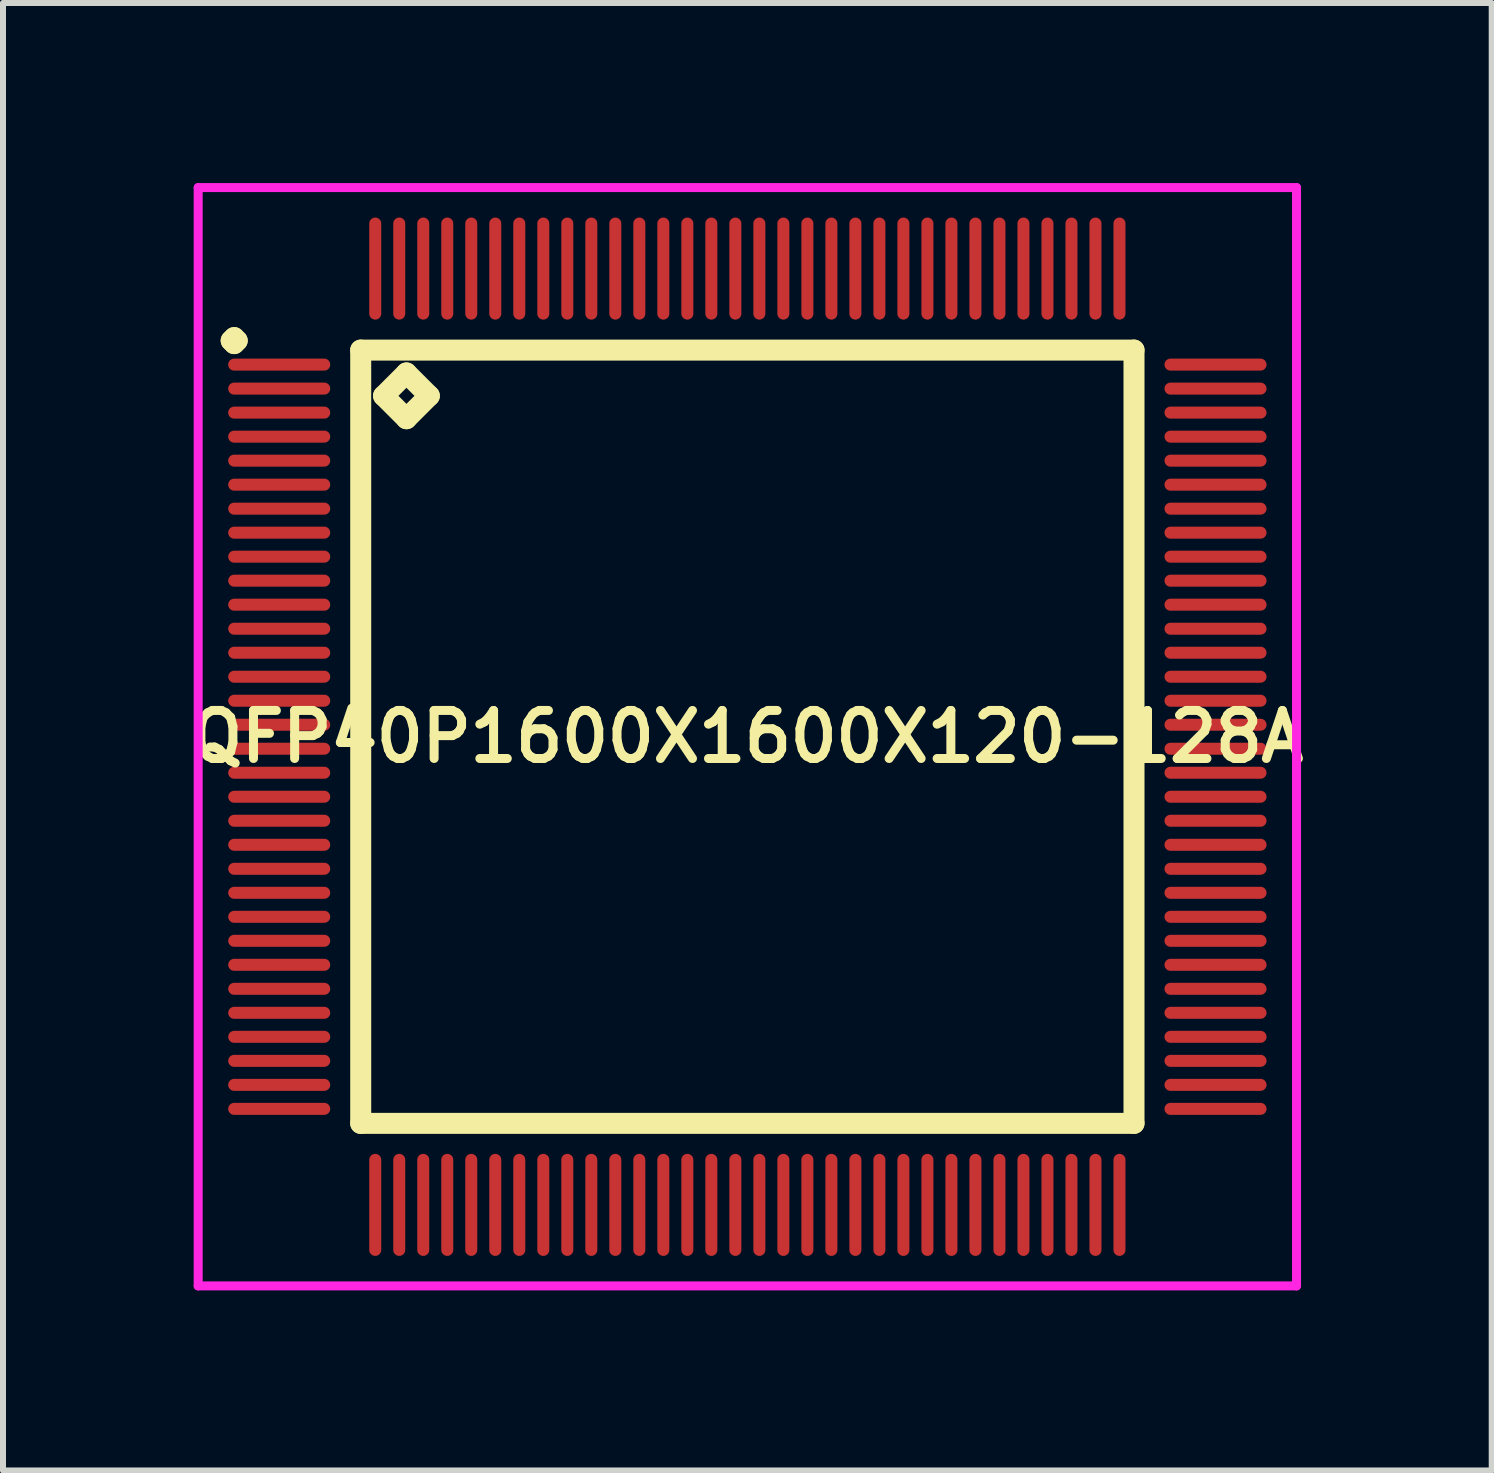
<source format=kicad_pcb>
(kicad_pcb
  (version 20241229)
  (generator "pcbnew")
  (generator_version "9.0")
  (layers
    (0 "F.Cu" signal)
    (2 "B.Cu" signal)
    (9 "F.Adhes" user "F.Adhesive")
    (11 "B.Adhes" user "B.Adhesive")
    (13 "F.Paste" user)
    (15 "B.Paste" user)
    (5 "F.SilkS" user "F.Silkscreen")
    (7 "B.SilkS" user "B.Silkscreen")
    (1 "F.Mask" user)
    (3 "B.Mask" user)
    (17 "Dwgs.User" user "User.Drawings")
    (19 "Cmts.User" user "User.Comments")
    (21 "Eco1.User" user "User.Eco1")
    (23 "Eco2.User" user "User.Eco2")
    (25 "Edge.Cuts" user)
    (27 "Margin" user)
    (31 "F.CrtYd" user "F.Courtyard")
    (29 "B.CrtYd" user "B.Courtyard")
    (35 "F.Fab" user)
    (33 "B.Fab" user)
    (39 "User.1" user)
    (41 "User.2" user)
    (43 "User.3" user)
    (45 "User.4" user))
  (footprint "QFP40P1600X1600X120-128A"
    (layer "F.Cu")
    (at 9.402 9.225)
    (property "Reference" "QFP40P1600X1600X120-128A" (at 0 0 0) (layer "F.SilkS") (effects (font (size 0.8 0.8) (thickness 0.15))))
    (attr smd)
    (fp_line (start -8.6 -6.6) (end -8.55 -6.65) (stroke (width 0.35) (type solid)) (layer "F.SilkS"))
    (fp_line (start -8.55 -6.65) (end -8.5 -6.6) (stroke (width 0.35) (type solid)) (layer "F.SilkS"))
    (fp_line (start -8.55 -6.55) (end -8.6 -6.6) (stroke (width 0.35) (type solid)) (layer "F.SilkS"))
    (fp_line (start -8.5 -6.6) (end -8.55 -6.55) (stroke (width 0.35) (type solid)) (layer "F.SilkS"))
    (fp_line (start -6.442 -6.442) (end -6.442 6.442) (stroke (width 0.35) (type solid)) (layer "F.SilkS"))
    (fp_line (start -6.442 6.442) (end 6.442 6.442) (stroke (width 0.35) (type solid)) (layer "F.SilkS"))
    (fp_line (start -6.061 -5.68) (end -5.68 -6.061) (stroke (width 0.35) (type solid)) (layer "F.SilkS"))
    (fp_line (start -5.68 -6.061) (end -5.299 -5.68) (stroke (width 0.35) (type solid)) (layer "F.SilkS"))
    (fp_line (start -5.68 -5.299) (end -6.061 -5.68) (stroke (width 0.35) (type solid)) (layer "F.SilkS"))
    (fp_line (start -5.299 -5.68) (end -5.68 -5.299) (stroke (width 0.35) (type solid)) (layer "F.SilkS"))
    (fp_line (start 6.442 -6.442) (end -6.442 -6.442) (stroke (width 0.35) (type solid)) (layer "F.SilkS"))
    (fp_line (start 6.442 6.442) (end 6.442 -6.442) (stroke (width 0.35) (type solid)) (layer "F.SilkS"))
    (fp_line (start -9.15 -9.15) (end 9.15 -9.15) (stroke (width 0.15) (type solid)) (layer "F.CrtYd"))
    (fp_line (start -9.15 9.15) (end -9.15 -9.15) (stroke (width 0.15) (type solid)) (layer "F.CrtYd"))
    (fp_line (start 9.15 -9.15) (end 9.15 9.15) (stroke (width 0.15) (type solid)) (layer "F.CrtYd"))
    (fp_line (start 9.15 9.15) (end -9.15 9.15) (stroke (width 0.15) (type solid)) (layer "F.CrtYd"))
    (pad "1" smd oval (at -7.8 -6.2) (size 1.7 0.2) (layers "F.Cu" "F.Mask" "F.Paste"))
    (pad "2" smd oval (at -7.8 -5.8) (size 1.7 0.2) (layers "F.Cu" "F.Mask" "F.Paste"))
    (pad "3" smd oval (at -7.8 -5.4) (size 1.7 0.2) (layers "F.Cu" "F.Mask" "F.Paste"))
    (pad "4" smd oval (at -7.8 -5) (size 1.7 0.2) (layers "F.Cu" "F.Mask" "F.Paste"))
    (pad "5" smd oval (at -7.8 -4.6) (size 1.7 0.2) (layers "F.Cu" "F.Mask" "F.Paste"))
    (pad "6" smd oval (at -7.8 -4.2) (size 1.7 0.2) (layers "F.Cu" "F.Mask" "F.Paste"))
    (pad "7" smd oval (at -7.8 -3.8) (size 1.7 0.2) (layers "F.Cu" "F.Mask" "F.Paste"))
    (pad "8" smd oval (at -7.8 -3.4) (size 1.7 0.2) (layers "F.Cu" "F.Mask" "F.Paste"))
    (pad "9" smd oval (at -7.8 -3) (size 1.7 0.2) (layers "F.Cu" "F.Mask" "F.Paste"))
    (pad "10" smd oval (at -7.8 -2.6) (size 1.7 0.2) (layers "F.Cu" "F.Mask" "F.Paste"))
    (pad "11" smd oval (at -7.8 -2.2) (size 1.7 0.2) (layers "F.Cu" "F.Mask" "F.Paste"))
    (pad "12" smd oval (at -7.8 -1.8) (size 1.7 0.2) (layers "F.Cu" "F.Mask" "F.Paste"))
    (pad "13" smd oval (at -7.8 -1.4) (size 1.7 0.2) (layers "F.Cu" "F.Mask" "F.Paste"))
    (pad "14" smd oval (at -7.8 -1) (size 1.7 0.2) (layers "F.Cu" "F.Mask" "F.Paste"))
    (pad "15" smd oval (at -7.8 -0.6) (size 1.7 0.2) (layers "F.Cu" "F.Mask" "F.Paste"))
    (pad "16" smd oval (at -7.8 -0.2) (size 1.7 0.2) (layers "F.Cu" "F.Mask" "F.Paste"))
    (pad "17" smd oval (at -7.8 0.2) (size 1.7 0.2) (layers "F.Cu" "F.Mask" "F.Paste"))
    (pad "18" smd oval (at -7.8 0.6) (size 1.7 0.2) (layers "F.Cu" "F.Mask" "F.Paste"))
    (pad "19" smd oval (at -7.8 1) (size 1.7 0.2) (layers "F.Cu" "F.Mask" "F.Paste"))
    (pad "20" smd oval (at -7.8 1.4) (size 1.7 0.2) (layers "F.Cu" "F.Mask" "F.Paste"))
    (pad "21" smd oval (at -7.8 1.8) (size 1.7 0.2) (layers "F.Cu" "F.Mask" "F.Paste"))
    (pad "22" smd oval (at -7.8 2.2) (size 1.7 0.2) (layers "F.Cu" "F.Mask" "F.Paste"))
    (pad "23" smd oval (at -7.8 2.6) (size 1.7 0.2) (layers "F.Cu" "F.Mask" "F.Paste"))
    (pad "24" smd oval (at -7.8 3) (size 1.7 0.2) (layers "F.Cu" "F.Mask" "F.Paste"))
    (pad "25" smd oval (at -7.8 3.4) (size 1.7 0.2) (layers "F.Cu" "F.Mask" "F.Paste"))
    (pad "26" smd oval (at -7.8 3.8) (size 1.7 0.2) (layers "F.Cu" "F.Mask" "F.Paste"))
    (pad "27" smd oval (at -7.8 4.2) (size 1.7 0.2) (layers "F.Cu" "F.Mask" "F.Paste"))
    (pad "28" smd oval (at -7.8 4.6) (size 1.7 0.2) (layers "F.Cu" "F.Mask" "F.Paste"))
    (pad "29" smd oval (at -7.8 5) (size 1.7 0.2) (layers "F.Cu" "F.Mask" "F.Paste"))
    (pad "30" smd oval (at -7.8 5.4) (size 1.7 0.2) (layers "F.Cu" "F.Mask" "F.Paste"))
    (pad "31" smd oval (at -7.8 5.8) (size 1.7 0.2) (layers "F.Cu" "F.Mask" "F.Paste"))
    (pad "32" smd oval (at -7.8 6.2) (size 1.7 0.2) (layers "F.Cu" "F.Mask" "F.Paste"))
    (pad "33" smd oval (at -6.2 7.8) (size 0.2 1.7) (layers "F.Cu" "F.Mask" "F.Paste"))
    (pad "34" smd oval (at -5.8 7.8) (size 0.2 1.7) (layers "F.Cu" "F.Mask" "F.Paste"))
    (pad "35" smd oval (at -5.4 7.8) (size 0.2 1.7) (layers "F.Cu" "F.Mask" "F.Paste"))
    (pad "36" smd oval (at -5 7.8) (size 0.2 1.7) (layers "F.Cu" "F.Mask" "F.Paste"))
    (pad "37" smd oval (at -4.6 7.8) (size 0.2 1.7) (layers "F.Cu" "F.Mask" "F.Paste"))
    (pad "38" smd oval (at -4.2 7.8) (size 0.2 1.7) (layers "F.Cu" "F.Mask" "F.Paste"))
    (pad "39" smd oval (at -3.8 7.8) (size 0.2 1.7) (layers "F.Cu" "F.Mask" "F.Paste"))
    (pad "40" smd oval (at -3.4 7.8) (size 0.2 1.7) (layers "F.Cu" "F.Mask" "F.Paste"))
    (pad "41" smd oval (at -3 7.8) (size 0.2 1.7) (layers "F.Cu" "F.Mask" "F.Paste"))
    (pad "42" smd oval (at -2.6 7.8) (size 0.2 1.7) (layers "F.Cu" "F.Mask" "F.Paste"))
    (pad "43" smd oval (at -2.2 7.8) (size 0.2 1.7) (layers "F.Cu" "F.Mask" "F.Paste"))
    (pad "44" smd oval (at -1.8 7.8) (size 0.2 1.7) (layers "F.Cu" "F.Mask" "F.Paste"))
    (pad "45" smd oval (at -1.4 7.8) (size 0.2 1.7) (layers "F.Cu" "F.Mask" "F.Paste"))
    (pad "46" smd oval (at -1 7.8) (size 0.2 1.7) (layers "F.Cu" "F.Mask" "F.Paste"))
    (pad "47" smd oval (at -0.6 7.8) (size 0.2 1.7) (layers "F.Cu" "F.Mask" "F.Paste"))
    (pad "48" smd oval (at -0.2 7.8) (size 0.2 1.7) (layers "F.Cu" "F.Mask" "F.Paste"))
    (pad "49" smd oval (at 0.2 7.8) (size 0.2 1.7) (layers "F.Cu" "F.Mask" "F.Paste"))
    (pad "50" smd oval (at 0.6 7.8) (size 0.2 1.7) (layers "F.Cu" "F.Mask" "F.Paste"))
    (pad "51" smd oval (at 1 7.8) (size 0.2 1.7) (layers "F.Cu" "F.Mask" "F.Paste"))
    (pad "52" smd oval (at 1.4 7.8) (size 0.2 1.7) (layers "F.Cu" "F.Mask" "F.Paste"))
    (pad "53" smd oval (at 1.8 7.8) (size 0.2 1.7) (layers "F.Cu" "F.Mask" "F.Paste"))
    (pad "54" smd oval (at 2.2 7.8) (size 0.2 1.7) (layers "F.Cu" "F.Mask" "F.Paste"))
    (pad "55" smd oval (at 2.6 7.8) (size 0.2 1.7) (layers "F.Cu" "F.Mask" "F.Paste"))
    (pad "56" smd oval (at 3 7.8) (size 0.2 1.7) (layers "F.Cu" "F.Mask" "F.Paste"))
    (pad "57" smd oval (at 3.4 7.8) (size 0.2 1.7) (layers "F.Cu" "F.Mask" "F.Paste"))
    (pad "58" smd oval (at 3.8 7.8) (size 0.2 1.7) (layers "F.Cu" "F.Mask" "F.Paste"))
    (pad "59" smd oval (at 4.2 7.8) (size 0.2 1.7) (layers "F.Cu" "F.Mask" "F.Paste"))
    (pad "60" smd oval (at 4.6 7.8) (size 0.2 1.7) (layers "F.Cu" "F.Mask" "F.Paste"))
    (pad "61" smd oval (at 5 7.8) (size 0.2 1.7) (layers "F.Cu" "F.Mask" "F.Paste"))
    (pad "62" smd oval (at 5.4 7.8) (size 0.2 1.7) (layers "F.Cu" "F.Mask" "F.Paste"))
    (pad "63" smd oval (at 5.8 7.8) (size 0.2 1.7) (layers "F.Cu" "F.Mask" "F.Paste"))
    (pad "64" smd oval (at 6.2 7.8) (size 0.2 1.7) (layers "F.Cu" "F.Mask" "F.Paste"))
    (pad "65" smd oval (at 7.8 6.2) (size 1.7 0.2) (layers "F.Cu" "F.Mask" "F.Paste"))
    (pad "66" smd oval (at 7.8 5.8) (size 1.7 0.2) (layers "F.Cu" "F.Mask" "F.Paste"))
    (pad "67" smd oval (at 7.8 5.4) (size 1.7 0.2) (layers "F.Cu" "F.Mask" "F.Paste"))
    (pad "68" smd oval (at 7.8 5) (size 1.7 0.2) (layers "F.Cu" "F.Mask" "F.Paste"))
    (pad "69" smd oval (at 7.8 4.6) (size 1.7 0.2) (layers "F.Cu" "F.Mask" "F.Paste"))
    (pad "70" smd oval (at 7.8 4.2) (size 1.7 0.2) (layers "F.Cu" "F.Mask" "F.Paste"))
    (pad "71" smd oval (at 7.8 3.8) (size 1.7 0.2) (layers "F.Cu" "F.Mask" "F.Paste"))
    (pad "72" smd oval (at 7.8 3.4) (size 1.7 0.2) (layers "F.Cu" "F.Mask" "F.Paste"))
    (pad "73" smd oval (at 7.8 3) (size 1.7 0.2) (layers "F.Cu" "F.Mask" "F.Paste"))
    (pad "74" smd oval (at 7.8 2.6) (size 1.7 0.2) (layers "F.Cu" "F.Mask" "F.Paste"))
    (pad "75" smd oval (at 7.8 2.2) (size 1.7 0.2) (layers "F.Cu" "F.Mask" "F.Paste"))
    (pad "76" smd oval (at 7.8 1.8) (size 1.7 0.2) (layers "F.Cu" "F.Mask" "F.Paste"))
    (pad "77" smd oval (at 7.8 1.4) (size 1.7 0.2) (layers "F.Cu" "F.Mask" "F.Paste"))
    (pad "78" smd oval (at 7.8 1) (size 1.7 0.2) (layers "F.Cu" "F.Mask" "F.Paste"))
    (pad "79" smd oval (at 7.8 0.6) (size 1.7 0.2) (layers "F.Cu" "F.Mask" "F.Paste"))
    (pad "80" smd oval (at 7.8 0.2) (size 1.7 0.2) (layers "F.Cu" "F.Mask" "F.Paste"))
    (pad "81" smd oval (at 7.8 -0.2) (size 1.7 0.2) (layers "F.Cu" "F.Mask" "F.Paste"))
    (pad "82" smd oval (at 7.8 -0.6) (size 1.7 0.2) (layers "F.Cu" "F.Mask" "F.Paste"))
    (pad "83" smd oval (at 7.8 -1) (size 1.7 0.2) (layers "F.Cu" "F.Mask" "F.Paste"))
    (pad "84" smd oval (at 7.8 -1.4) (size 1.7 0.2) (layers "F.Cu" "F.Mask" "F.Paste"))
    (pad "85" smd oval (at 7.8 -1.8) (size 1.7 0.2) (layers "F.Cu" "F.Mask" "F.Paste"))
    (pad "86" smd oval (at 7.8 -2.2) (size 1.7 0.2) (layers "F.Cu" "F.Mask" "F.Paste"))
    (pad "87" smd oval (at 7.8 -2.6) (size 1.7 0.2) (layers "F.Cu" "F.Mask" "F.Paste"))
    (pad "88" smd oval (at 7.8 -3) (size 1.7 0.2) (layers "F.Cu" "F.Mask" "F.Paste"))
    (pad "89" smd oval (at 7.8 -3.4) (size 1.7 0.2) (layers "F.Cu" "F.Mask" "F.Paste"))
    (pad "90" smd oval (at 7.8 -3.8) (size 1.7 0.2) (layers "F.Cu" "F.Mask" "F.Paste"))
    (pad "91" smd oval (at 7.8 -4.2) (size 1.7 0.2) (layers "F.Cu" "F.Mask" "F.Paste"))
    (pad "92" smd oval (at 7.8 -4.6) (size 1.7 0.2) (layers "F.Cu" "F.Mask" "F.Paste"))
    (pad "93" smd oval (at 7.8 -5) (size 1.7 0.2) (layers "F.Cu" "F.Mask" "F.Paste"))
    (pad "94" smd oval (at 7.8 -5.4) (size 1.7 0.2) (layers "F.Cu" "F.Mask" "F.Paste"))
    (pad "95" smd oval (at 7.8 -5.8) (size 1.7 0.2) (layers "F.Cu" "F.Mask" "F.Paste"))
    (pad "96" smd oval (at 7.8 -6.2) (size 1.7 0.2) (layers "F.Cu" "F.Mask" "F.Paste"))
    (pad "97" smd oval (at 6.2 -7.8) (size 0.2 1.7) (layers "F.Cu" "F.Mask" "F.Paste"))
    (pad "98" smd oval (at 5.8 -7.8) (size 0.2 1.7) (layers "F.Cu" "F.Mask" "F.Paste"))
    (pad "99" smd oval (at 5.4 -7.8) (size 0.2 1.7) (layers "F.Cu" "F.Mask" "F.Paste"))
    (pad "100" smd oval (at 5 -7.8) (size 0.2 1.7) (layers "F.Cu" "F.Mask" "F.Paste"))
    (pad "101" smd oval (at 4.6 -7.8) (size 0.2 1.7) (layers "F.Cu" "F.Mask" "F.Paste"))
    (pad "102" smd oval (at 4.2 -7.8) (size 0.2 1.7) (layers "F.Cu" "F.Mask" "F.Paste"))
    (pad "103" smd oval (at 3.8 -7.8) (size 0.2 1.7) (layers "F.Cu" "F.Mask" "F.Paste"))
    (pad "104" smd oval (at 3.4 -7.8) (size 0.2 1.7) (layers "F.Cu" "F.Mask" "F.Paste"))
    (pad "105" smd oval (at 3 -7.8) (size 0.2 1.7) (layers "F.Cu" "F.Mask" "F.Paste"))
    (pad "106" smd oval (at 2.6 -7.8) (size 0.2 1.7) (layers "F.Cu" "F.Mask" "F.Paste"))
    (pad "107" smd oval (at 2.2 -7.8) (size 0.2 1.7) (layers "F.Cu" "F.Mask" "F.Paste"))
    (pad "108" smd oval (at 1.8 -7.8) (size 0.2 1.7) (layers "F.Cu" "F.Mask" "F.Paste"))
    (pad "109" smd oval (at 1.4 -7.8) (size 0.2 1.7) (layers "F.Cu" "F.Mask" "F.Paste"))
    (pad "110" smd oval (at 1 -7.8) (size 0.2 1.7) (layers "F.Cu" "F.Mask" "F.Paste"))
    (pad "111" smd oval (at 0.6 -7.8) (size 0.2 1.7) (layers "F.Cu" "F.Mask" "F.Paste"))
    (pad "112" smd oval (at 0.2 -7.8) (size 0.2 1.7) (layers "F.Cu" "F.Mask" "F.Paste"))
    (pad "113" smd oval (at -0.2 -7.8) (size 0.2 1.7) (layers "F.Cu" "F.Mask" "F.Paste"))
    (pad "114" smd oval (at -0.6 -7.8) (size 0.2 1.7) (layers "F.Cu" "F.Mask" "F.Paste"))
    (pad "115" smd oval (at -1 -7.8) (size 0.2 1.7) (layers "F.Cu" "F.Mask" "F.Paste"))
    (pad "116" smd oval (at -1.4 -7.8) (size 0.2 1.7) (layers "F.Cu" "F.Mask" "F.Paste"))
    (pad "117" smd oval (at -1.8 -7.8) (size 0.2 1.7) (layers "F.Cu" "F.Mask" "F.Paste"))
    (pad "118" smd oval (at -2.2 -7.8) (size 0.2 1.7) (layers "F.Cu" "F.Mask" "F.Paste"))
    (pad "119" smd oval (at -2.6 -7.8) (size 0.2 1.7) (layers "F.Cu" "F.Mask" "F.Paste"))
    (pad "120" smd oval (at -3 -7.8) (size 0.2 1.7) (layers "F.Cu" "F.Mask" "F.Paste"))
    (pad "121" smd oval (at -3.4 -7.8) (size 0.2 1.7) (layers "F.Cu" "F.Mask" "F.Paste"))
    (pad "122" smd oval (at -3.8 -7.8) (size 0.2 1.7) (layers "F.Cu" "F.Mask" "F.Paste"))
    (pad "123" smd oval (at -4.2 -7.8) (size 0.2 1.7) (layers "F.Cu" "F.Mask" "F.Paste"))
    (pad "124" smd oval (at -4.6 -7.8) (size 0.2 1.7) (layers "F.Cu" "F.Mask" "F.Paste"))
    (pad "125" smd oval (at -5 -7.8) (size 0.2 1.7) (layers "F.Cu" "F.Mask" "F.Paste"))
    (pad "126" smd oval (at -5.4 -7.8) (size 0.2 1.7) (layers "F.Cu" "F.Mask" "F.Paste"))
    (pad "127" smd oval (at -5.8 -7.8) (size 0.2 1.7) (layers "F.Cu" "F.Mask" "F.Paste"))
    (pad "128" smd oval (at -6.2 -7.8) (size 0.2 1.7) (layers "F.Cu" "F.Mask" "F.Paste")))
  (gr_rect
    (start -3 -3)
    (end 21.804 21.45)
    (stroke (width 0.1) (type default))
    (fill no)
    (layer "Edge.Cuts")))
</source>
